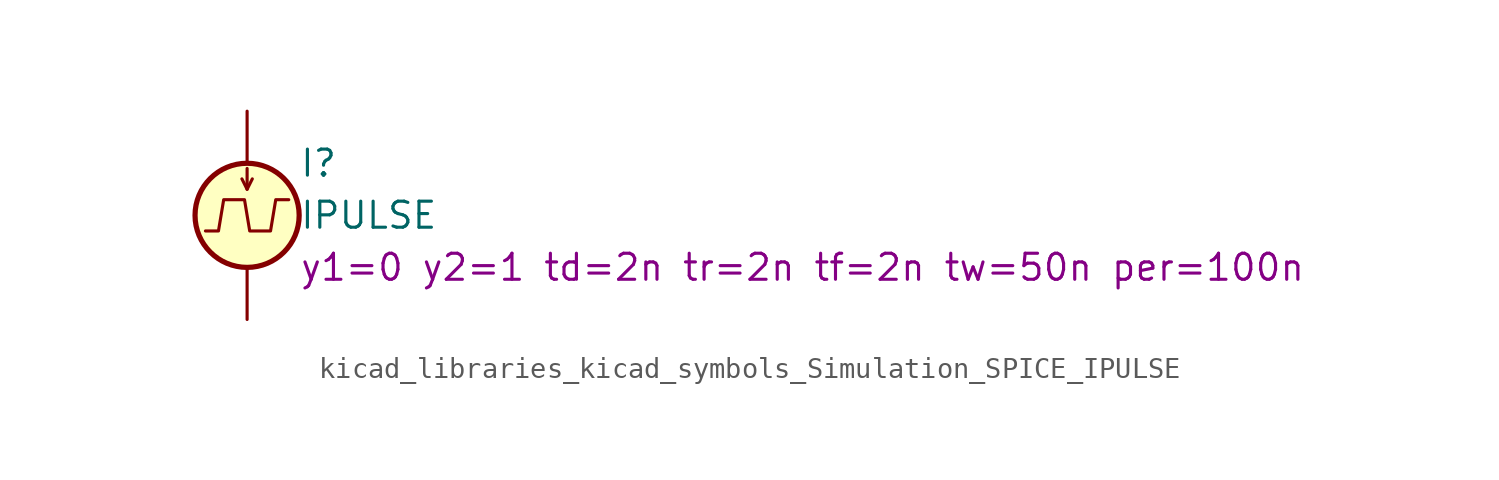
<source format=kicad_sym>
(kicad_symbol_lib
  (version 20220914)
  (generator kicad_symbol_editor)
  (symbol "kicad_libraries_kicad_symbols_Simulation_SPICE_IPULSE"
    (pin_numbers hide)
    (pin_names
      (offset 0.025))
    (property "Reference" "I"
      (at 2.54 2.54 0)
      (effects (font (size 1.27 1.27)) (justify left)))
    (property "Value" "IPULSE"
      (at 2.54 0 0)
      (effects (font (size 1.27 1.27)) (justify left)))
    (property "Sim.Params" "y1=0 y2=1 td=2n tr=2n tf=2n tw=50n per=100n"
      (at 2.54 -2.54 0)
      (effects (font (size 1.27 1.27)) (justify left)))
    (symbol "kicad_libraries_kicad_symbols_Simulation_SPICE_IPULSE_0_0"
      (polyline (pts (xy -2.032 -0.762) (xy -1.397 -0.762) (xy -1.143 0.762) (xy -0.127 0.762) (xy 0.127 -0.762) (xy 1.143 -0.762) (xy 1.397 0.762) (xy 2.032 0.762)) (stroke (width 0) (type default)) (fill (type none))))
    (symbol "kicad_libraries_kicad_symbols_Simulation_SPICE_IPULSE_0_1"
      (polyline (pts (xy 0 1.27) (xy 0 2.286)) (stroke (width 0) (type default)) (fill (type none)))
      (polyline (pts (xy -0.254 1.778) (xy 0 1.27) (xy 0.254 1.778)) (stroke (width 0) (type default)) (fill (type none)))
      (circle (center 0 0) (radius 2.54) (stroke (width 0.254) (type default)) (fill (type background))))
    (symbol "kicad_libraries_kicad_symbols_Simulation_SPICE_IPULSE_1_1"
      (pin passive line (at 0 5.08 270) (length 2.54) (name "~" (effects (font (size 1.27 1.27)))) (number "1" (effects (font (size 1.27 1.27)))))
      (pin passive line (at 0 -5.08 90) (length 2.54) (name "~" (effects (font (size 1.27 1.27)))) (number "2" (effects (font (size 1.27 1.27))))))))
</source>
